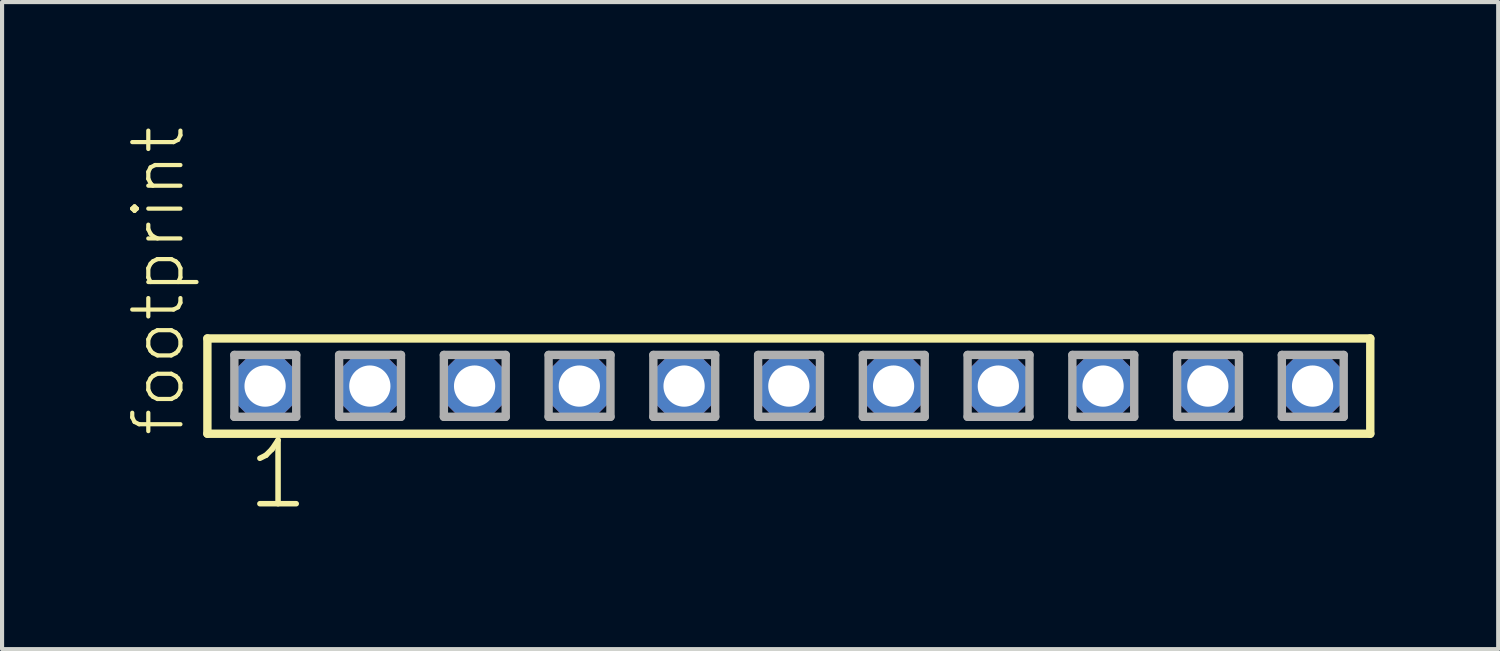
<source format=kicad_pcb>
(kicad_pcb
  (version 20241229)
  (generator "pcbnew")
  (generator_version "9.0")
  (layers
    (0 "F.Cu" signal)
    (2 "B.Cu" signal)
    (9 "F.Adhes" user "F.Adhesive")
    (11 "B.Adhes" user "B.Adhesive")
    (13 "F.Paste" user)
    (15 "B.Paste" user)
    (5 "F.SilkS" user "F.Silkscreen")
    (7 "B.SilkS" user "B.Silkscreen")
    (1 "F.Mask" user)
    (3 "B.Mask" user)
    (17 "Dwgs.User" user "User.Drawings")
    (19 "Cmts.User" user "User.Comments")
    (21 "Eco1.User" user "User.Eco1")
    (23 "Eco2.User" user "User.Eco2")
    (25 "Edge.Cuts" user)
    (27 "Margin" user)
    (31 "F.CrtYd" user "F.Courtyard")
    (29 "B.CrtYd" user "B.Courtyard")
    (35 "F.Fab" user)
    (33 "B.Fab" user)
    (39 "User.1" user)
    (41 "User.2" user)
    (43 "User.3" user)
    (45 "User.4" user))
  (footprint "footprint"
    (layer "F.Cu")
    (at 16.078 6.312)
    (property "Reference" "footprint" (at -14.605 1.27 90) (layer "F.SilkS") (effects (font (size 1.168 1.168) (thickness 0.102)) (justify left bottom)))
    (fp_line (start -14.099 -1.155) (end 14.099 -1.155) (stroke (width 0.203) (type solid)) (layer "F.SilkS"))
    (fp_line (start -14.099 1.155) (end -14.099 -1.155) (stroke (width 0.203) (type solid)) (layer "F.SilkS"))
    (fp_line (start 14.099 -1.155) (end 14.099 1.155) (stroke (width 0.203) (type solid)) (layer "F.SilkS"))
    (fp_line (start 14.099 1.155) (end -14.099 1.155) (stroke (width 0.203) (type solid)) (layer "F.SilkS"))
    (fp_line (start -13.445 -0.755) (end -11.945 -0.755) (stroke (width 0.203) (type solid)) (layer "F.Fab"))
    (fp_line (start -13.445 0.745) (end -13.445 -0.755) (stroke (width 0.203) (type solid)) (layer "F.Fab"))
    (fp_line (start -11.945 -0.755) (end -11.945 0.745) (stroke (width 0.203) (type solid)) (layer "F.Fab"))
    (fp_line (start -11.945 0.745) (end -13.445 0.745) (stroke (width 0.203) (type solid)) (layer "F.Fab"))
    (fp_line (start -10.905 -0.755) (end -9.405 -0.755) (stroke (width 0.203) (type solid)) (layer "F.Fab"))
    (fp_line (start -10.905 0.745) (end -10.905 -0.755) (stroke (width 0.203) (type solid)) (layer "F.Fab"))
    (fp_line (start -9.405 -0.755) (end -9.405 0.745) (stroke (width 0.203) (type solid)) (layer "F.Fab"))
    (fp_line (start -9.405 0.745) (end -10.905 0.745) (stroke (width 0.203) (type solid)) (layer "F.Fab"))
    (fp_line (start -8.365 -0.755) (end -6.865 -0.755) (stroke (width 0.203) (type solid)) (layer "F.Fab"))
    (fp_line (start -8.365 0.745) (end -8.365 -0.755) (stroke (width 0.203) (type solid)) (layer "F.Fab"))
    (fp_line (start -6.865 -0.755) (end -6.865 0.745) (stroke (width 0.203) (type solid)) (layer "F.Fab"))
    (fp_line (start -6.865 0.745) (end -8.365 0.745) (stroke (width 0.203) (type solid)) (layer "F.Fab"))
    (fp_line (start -5.825 -0.755) (end -4.325 -0.755) (stroke (width 0.203) (type solid)) (layer "F.Fab"))
    (fp_line (start -5.825 0.745) (end -5.825 -0.755) (stroke (width 0.203) (type solid)) (layer "F.Fab"))
    (fp_line (start -4.325 -0.755) (end -4.325 0.745) (stroke (width 0.203) (type solid)) (layer "F.Fab"))
    (fp_line (start -4.325 0.745) (end -5.825 0.745) (stroke (width 0.203) (type solid)) (layer "F.Fab"))
    (fp_line (start -3.285 -0.755) (end -1.785 -0.755) (stroke (width 0.203) (type solid)) (layer "F.Fab"))
    (fp_line (start -3.285 0.745) (end -3.285 -0.755) (stroke (width 0.203) (type solid)) (layer "F.Fab"))
    (fp_line (start -1.785 -0.755) (end -1.785 0.745) (stroke (width 0.203) (type solid)) (layer "F.Fab"))
    (fp_line (start -1.785 0.745) (end -3.285 0.745) (stroke (width 0.203) (type solid)) (layer "F.Fab"))
    (fp_line (start -0.745 -0.755) (end 0.755 -0.755) (stroke (width 0.203) (type solid)) (layer "F.Fab"))
    (fp_line (start -0.745 0.745) (end -0.745 -0.755) (stroke (width 0.203) (type solid)) (layer "F.Fab"))
    (fp_line (start 0.755 -0.755) (end 0.755 0.745) (stroke (width 0.203) (type solid)) (layer "F.Fab"))
    (fp_line (start 0.755 0.745) (end -0.745 0.745) (stroke (width 0.203) (type solid)) (layer "F.Fab"))
    (fp_line (start 1.795 -0.755) (end 3.295 -0.755) (stroke (width 0.203) (type solid)) (layer "F.Fab"))
    (fp_line (start 1.795 0.745) (end 1.795 -0.755) (stroke (width 0.203) (type solid)) (layer "F.Fab"))
    (fp_line (start 3.295 -0.755) (end 3.295 0.745) (stroke (width 0.203) (type solid)) (layer "F.Fab"))
    (fp_line (start 3.295 0.745) (end 1.795 0.745) (stroke (width 0.203) (type solid)) (layer "F.Fab"))
    (fp_line (start 4.335 -0.755) (end 5.835 -0.755) (stroke (width 0.203) (type solid)) (layer "F.Fab"))
    (fp_line (start 4.335 0.745) (end 4.335 -0.755) (stroke (width 0.203) (type solid)) (layer "F.Fab"))
    (fp_line (start 5.835 -0.755) (end 5.835 0.745) (stroke (width 0.203) (type solid)) (layer "F.Fab"))
    (fp_line (start 5.835 0.745) (end 4.335 0.745) (stroke (width 0.203) (type solid)) (layer "F.Fab"))
    (fp_line (start 6.875 -0.755) (end 8.375 -0.755) (stroke (width 0.203) (type solid)) (layer "F.Fab"))
    (fp_line (start 6.875 0.745) (end 6.875 -0.755) (stroke (width 0.203) (type solid)) (layer "F.Fab"))
    (fp_line (start 8.375 -0.755) (end 8.375 0.745) (stroke (width 0.203) (type solid)) (layer "F.Fab"))
    (fp_line (start 8.375 0.745) (end 6.875 0.745) (stroke (width 0.203) (type solid)) (layer "F.Fab"))
    (fp_line (start 9.415 -0.755) (end 10.915 -0.755) (stroke (width 0.203) (type solid)) (layer "F.Fab"))
    (fp_line (start 9.415 0.745) (end 9.415 -0.755) (stroke (width 0.203) (type solid)) (layer "F.Fab"))
    (fp_line (start 10.915 -0.755) (end 10.915 0.745) (stroke (width 0.203) (type solid)) (layer "F.Fab"))
    (fp_line (start 10.915 0.745) (end 9.415 0.745) (stroke (width 0.203) (type solid)) (layer "F.Fab"))
    (fp_line (start 11.955 -0.755) (end 13.455 -0.755) (stroke (width 0.203) (type solid)) (layer "F.Fab"))
    (fp_line (start 11.955 0.745) (end 11.955 -0.755) (stroke (width 0.203) (type solid)) (layer "F.Fab"))
    (fp_line (start 13.455 -0.755) (end 13.455 0.745) (stroke (width 0.203) (type solid)) (layer "F.Fab"))
    (fp_line (start 13.455 0.745) (end 11.955 0.745) (stroke (width 0.203) (type solid)) (layer "F.Fab"))
    (fp_text user "1" (at -13.208 3.048 0) (layer "F.SilkS") (effects (font (size 1.542 1.542) (thickness 0.134)) (justify left bottom)))
    (pad "1" thru_hole roundrect (at -12.7 0) (size 1.5 1.5) (drill 1) (layers "*.Cu" "*.Mask") (roundrect_rratio 0.25) (chamfer_ratio 0.25) (chamfer top_left top_right bottom_left bottom_right))
    (pad "2" thru_hole roundrect (at -10.16 0) (size 1.5 1.5) (drill 1) (layers "*.Cu" "*.Mask") (roundrect_rratio 0.25) (chamfer_ratio 0.25) (chamfer top_left top_right bottom_left bottom_right))
    (pad "3" thru_hole roundrect (at -7.62 0) (size 1.5 1.5) (drill 1) (layers "*.Cu" "*.Mask") (roundrect_rratio 0.25) (chamfer_ratio 0.25) (chamfer top_left top_right bottom_left bottom_right))
    (pad "4" thru_hole roundrect (at -5.08 0) (size 1.5 1.5) (drill 1) (layers "*.Cu" "*.Mask") (roundrect_rratio 0.25) (chamfer_ratio 0.25) (chamfer top_left top_right bottom_left bottom_right))
    (pad "5" thru_hole roundrect (at -2.54 0) (size 1.5 1.5) (drill 1) (layers "*.Cu" "*.Mask") (roundrect_rratio 0.25) (chamfer_ratio 0.25) (chamfer top_left top_right bottom_left bottom_right))
    (pad "6" thru_hole roundrect (at 0 0) (size 1.5 1.5) (drill 1) (layers "*.Cu" "*.Mask") (roundrect_rratio 0.25) (chamfer_ratio 0.25) (chamfer top_left top_right bottom_left bottom_right))
    (pad "7" thru_hole roundrect (at 2.54 0) (size 1.5 1.5) (drill 1) (layers "*.Cu" "*.Mask") (roundrect_rratio 0.25) (chamfer_ratio 0.25) (chamfer top_left top_right bottom_left bottom_right))
    (pad "8" thru_hole roundrect (at 5.08 0) (size 1.5 1.5) (drill 1) (layers "*.Cu" "*.Mask") (roundrect_rratio 0.25) (chamfer_ratio 0.25) (chamfer top_left top_right bottom_left bottom_right))
    (pad "9" thru_hole roundrect (at 7.62 0) (size 1.5 1.5) (drill 1) (layers "*.Cu" "*.Mask") (roundrect_rratio 0.25) (chamfer_ratio 0.25) (chamfer top_left top_right bottom_left bottom_right))
    (pad "10" thru_hole roundrect (at 10.16 0) (size 1.5 1.5) (drill 1) (layers "*.Cu" "*.Mask") (roundrect_rratio 0.25) (chamfer_ratio 0.25) (chamfer top_left top_right bottom_left bottom_right))
    (pad "11" thru_hole roundrect (at 12.7 0) (size 1.5 1.5) (drill 1) (layers "*.Cu" "*.Mask") (roundrect_rratio 0.25) (chamfer_ratio 0.25) (chamfer top_left top_right bottom_left bottom_right)))
  (gr_rect
    (start -3 -3)
    (end 33.279 12.691)
    (stroke (width 0.1) (type default))
    (fill no)
    (layer "Edge.Cuts")))
</source>
